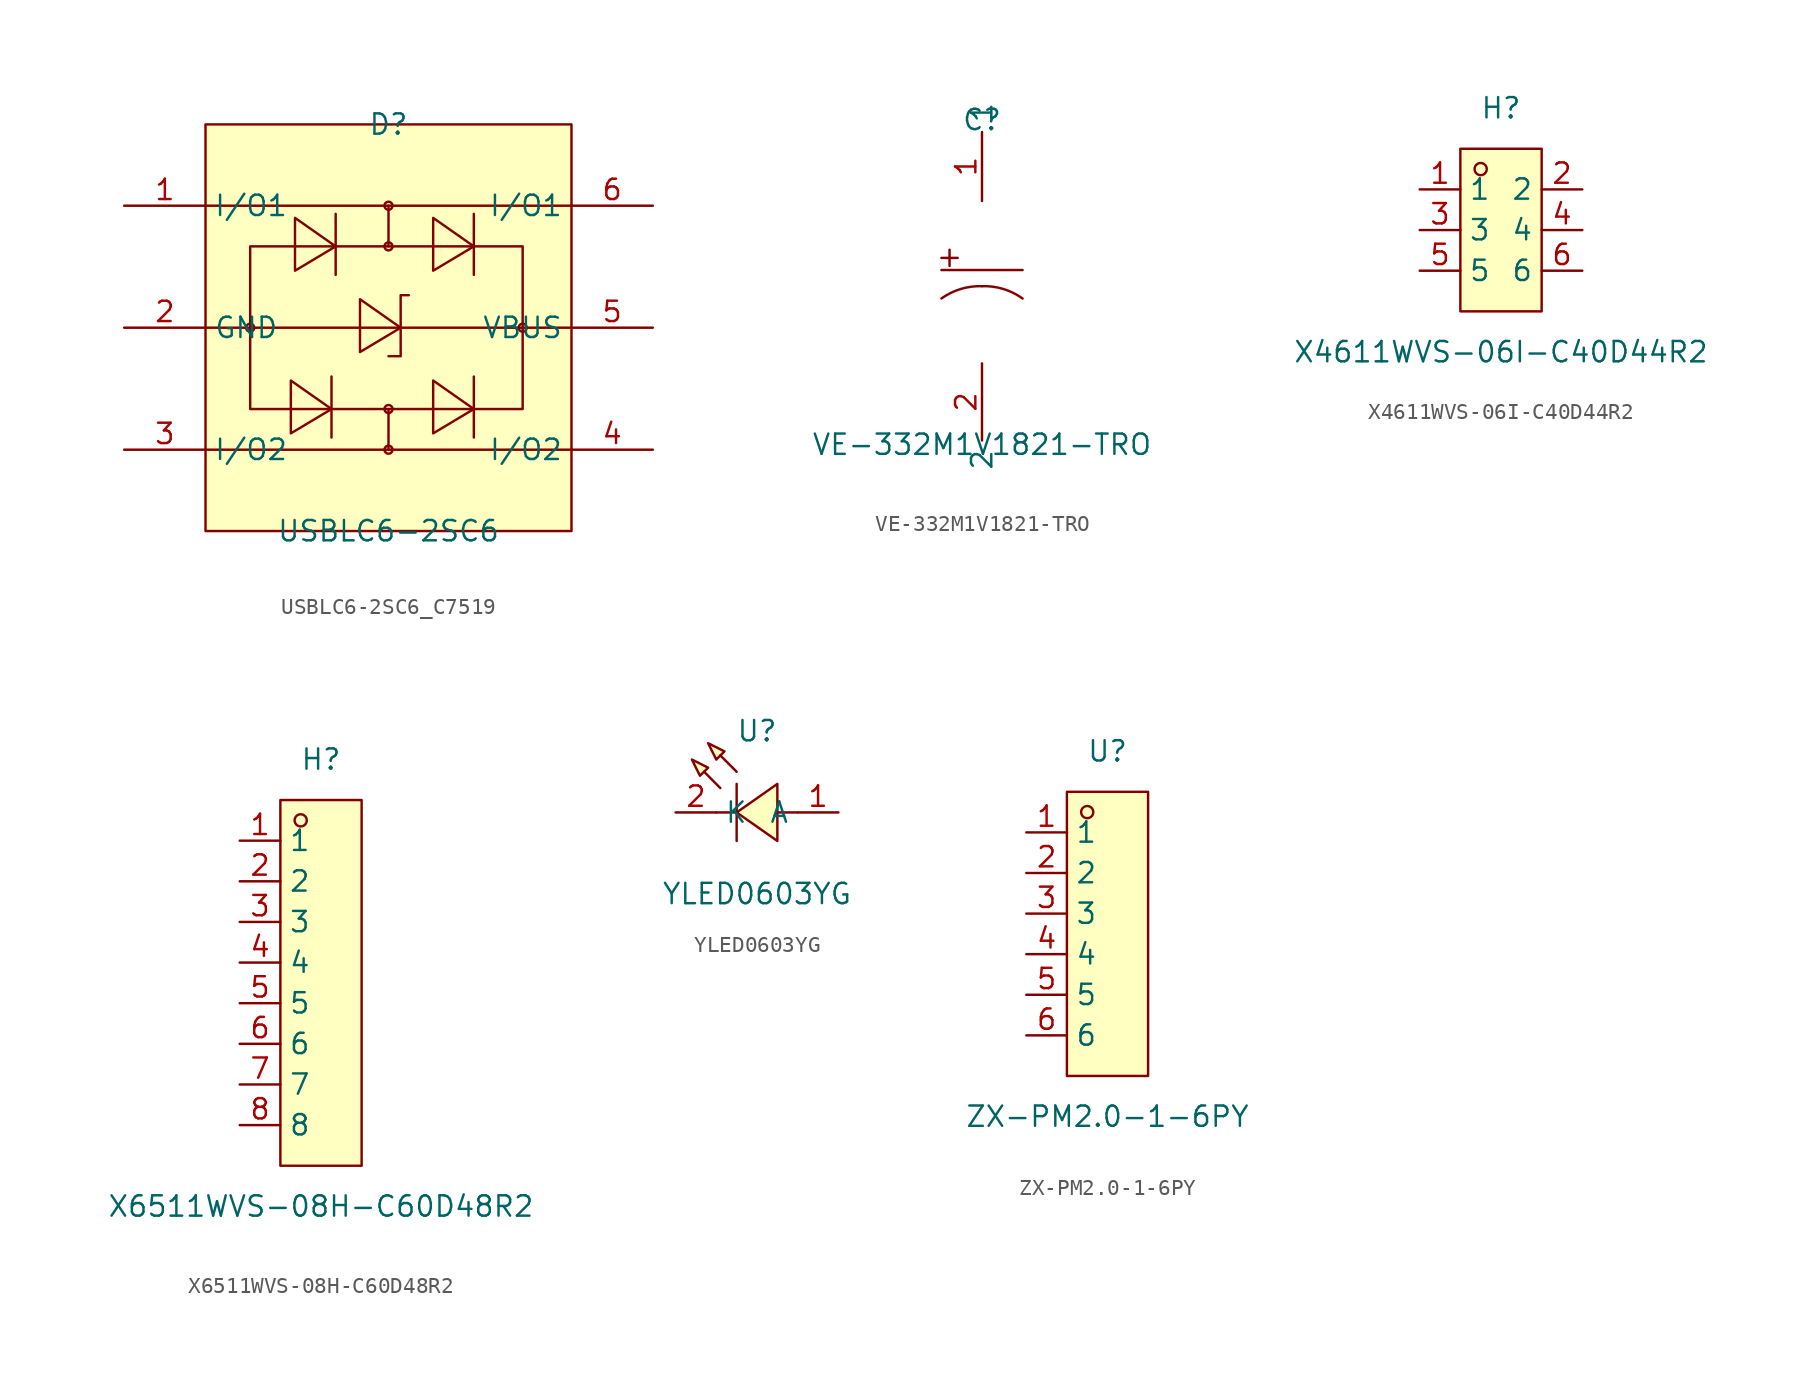
<source format=kicad_sym>
(kicad_symbol_lib
  (version 20231120)
  (generator "kicad_symbol_editor")
  (generator_version "8.0")
  (symbol "USBLC6-2SC6_C7519"
    (property "Reference" "D"
      (at 0 12.70 0)
      (effects (font (size 1.27 1.27))))
    (property "Value" "USBLC6-2SC6"
      (at 0 -12.70 0)
      (effects (font (size 1.27 1.27))))
    (symbol "USBLC6-2SC6_C7519_0_1"
      (rectangle (start -11.43 12.70) (end 11.43 -12.70) (stroke (width 0) (type default) (color 0 0 0 0)) (fill (type background)))
      (circle (center 0.00 7.62) (radius 0.25) (stroke (width 0) (type default) (color 0 0 0 0)) (fill (type none)))
      (circle (center 0.00 5.08) (radius 0.25) (stroke (width 0) (type default) (color 0 0 0 0)) (fill (type none)))
      (circle (center -8.64 -0.00) (radius 0.25) (stroke (width 0) (type default) (color 0 0 0 0)) (fill (type none)))
      (circle (center 8.38 -0.00) (radius 0.25) (stroke (width 0) (type default) (color 0 0 0 0)) (fill (type none)))
      (circle (center 0.00 -5.08) (radius 0.25) (stroke (width 0) (type default) (color 0 0 0 0)) (fill (type none)))
      (circle (center 0.00 -7.62) (radius 0.25) (stroke (width 0) (type default) (color 0 0 0 0)) (fill (type none)))
      (polyline (pts (xy -1.78 -1.52) (xy 0.76 -0.00) (xy -1.78 1.78) (xy -1.78 -1.52)) (stroke (width 0) (type default) (color 0 0 0 0)) (fill (type background)))
      (polyline (pts (xy -5.84 3.56) (xy -3.30 5.08) (xy -5.84 6.86) (xy -5.84 3.56)) (stroke (width 0) (type default) (color 0 0 0 0)) (fill (type background)))
      (polyline (pts (xy 2.79 3.56) (xy 5.33 5.08) (xy 2.79 6.86) (xy 2.79 3.56)) (stroke (width 0) (type default) (color 0 0 0 0)) (fill (type background)))
      (polyline (pts (xy -6.10 -6.60) (xy -3.56 -5.08) (xy -6.10 -3.30) (xy -6.10 -6.60)) (stroke (width 0) (type default) (color 0 0 0 0)) (fill (type background)))
      (polyline (pts (xy 2.79 -6.60) (xy 5.33 -5.08) (xy 2.79 -3.30) (xy 2.79 -6.60)) (stroke (width 0) (type default) (color 0 0 0 0)) (fill (type background)))
      (polyline (pts (xy -11.43 7.62) (xy 11.43 7.62)) (stroke (width 0) (type default) (color 0 0 0 0)) (fill (type none)))
      (polyline (pts (xy -11.43 -7.62) (xy 11.43 -7.62)) (stroke (width 0) (type default) (color 0 0 0 0)) (fill (type none)))
      (polyline (pts (xy -11.43 -0.00) (xy 11.43 -0.00)) (stroke (width 0) (type default) (color 0 0 0 0)) (fill (type none)))
      (polyline (pts (xy 1.27 2.03) (xy 0.76 2.03) (xy 0.76 -1.78) (xy 0.00 -1.78)) (stroke (width 0) (type default) (color 0 0 0 0)) (fill (type none)))
      (polyline (pts (xy -8.64 -0.00) (xy -8.64 5.08) (xy 8.38 5.08) (xy 8.38 -5.08) (xy -8.64 -5.08) (xy -8.64 -0.00)) (stroke (width 0) (type default) (color 0 0 0 0)) (fill (type background)))
      (polyline (pts (xy 0.00 7.62) (xy 0.00 5.08)) (stroke (width 0) (type default) (color 0 0 0 0)) (fill (type none)))
      (polyline (pts (xy 0.00 -7.62) (xy 0.00 -5.08)) (stroke (width 0) (type default) (color 0 0 0 0)) (fill (type none)))
      (polyline (pts (xy -3.30 7.11) (xy -3.30 7.11) (xy -3.30 3.30) (xy -3.30 3.30)) (stroke (width 0) (type default) (color 0 0 0 0)) (fill (type none)))
      (polyline (pts (xy 5.33 7.11) (xy 5.33 7.11) (xy 5.33 3.30) (xy 5.33 3.30)) (stroke (width 0) (type default) (color 0 0 0 0)) (fill (type none)))
      (polyline (pts (xy -3.56 -3.05) (xy -3.56 -3.05) (xy -3.56 -6.86) (xy -3.56 -6.86)) (stroke (width 0) (type default) (color 0 0 0 0)) (fill (type none)))
      (polyline (pts (xy 5.33 -3.05) (xy 5.33 -3.05) (xy 5.33 -6.86) (xy 5.33 -6.86)) (stroke (width 0) (type default) (color 0 0 0 0)) (fill (type none)))
      (pin passive line (at -16.51 7.62 0) (length 5.08) (name "I/O1" (effects (font (size 1.27 1.27)))) (number "1" (effects (font (size 1.27 1.27)))))
      (pin passive line (at -16.51 -0.00 0) (length 5.08) (name "GND" (effects (font (size 1.27 1.27)))) (number "2" (effects (font (size 1.27 1.27)))))
      (pin passive line (at -16.51 -7.62 0) (length 5.08) (name "I/O2" (effects (font (size 1.27 1.27)))) (number "3" (effects (font (size 1.27 1.27)))))
      (pin passive line (at 16.51 -7.62 180) (length 5.08) (name "I/O2" (effects (font (size 1.27 1.27)))) (number "4" (effects (font (size 1.27 1.27)))))
      (pin passive line (at 16.51 -0.00 180) (length 5.08) (name "VBUS" (effects (font (size 1.27 1.27)))) (number "5" (effects (font (size 1.27 1.27)))))
      (pin passive line (at 16.51 7.62 180) (length 5.08) (name "I/O1" (effects (font (size 1.27 1.27)))) (number "6" (effects (font (size 1.27 1.27)))))))
  (symbol "VE-332M1V1821-TRO"
    (property "Reference" "C"
      (at 0 10.16 0)
      (effects (font (size 1.27 1.27))))
    (property "Value" "VE-332M1V1821-TRO"
      (at 0 -10.16 0)
      (effects (font (size 1.27 1.27))))
    (symbol "VE-332M1V1821-TRO_0_1"
      (rectangle (start -2.54 1.52) (end -1.52 1.52) (stroke (width 0) (type default)) (fill (type background)))
      (rectangle (start -2.03 2.03) (end -2.03 1.02) (stroke (width 0) (type default)) (fill (type background)))
      (arc (start 0 -0.25) (mid -1.3336 -0.4253) (end -2.54 -1.02) (stroke (width 0) (type default)) (fill (type none)))
      (polyline (pts (xy -2.54 0.76) (xy 2.54 0.76)) (stroke (width 0) (type default)) (fill (type none)))
      (arc (start 2.54 -1.02) (mid 1.334 -0.4238) (end 0 -0.25) (stroke (width 0) (type default)) (fill (type none)))
      (pin unspecified line (at 0 5.08 90) (length 4.318) (name "1" (effects (font (size 1.27 1.27)))) (number "1" (effects (font (size 1.27 1.27)))))
      (pin unspecified line (at 0 -5.08 270) (length 4.826) (name "2" (effects (font (size 1.27 1.27)))) (number "2" (effects (font (size 1.27 1.27)))))))
  (symbol "X4611WVS-06I-C40D44R2"
    (property "Reference" "H"
      (at 0 7.62 0)
      (effects (font (size 1.27 1.27))))
    (property "Value" "X4611WVS-06I-C40D44R2"
      (at 0 -7.62 0)
      (effects (font (size 1.27 1.27))))
    (symbol "X4611WVS-06I-C40D44R2_0_1"
      (rectangle (start -2.54 5.08) (end 2.54 -5.08) (stroke (width 0) (type default)) (fill (type background)))
      (circle (center -1.27 3.81) (radius 0.38) (stroke (width 0) (type default)) (fill (type none)))
      (pin unspecified line (at -5.08 2.54 0) (length 2.54) (name "1" (effects (font (size 1.27 1.27)))) (number "1" (effects (font (size 1.27 1.27)))))
      (pin unspecified line (at 5.08 2.54 180) (length 2.54) (name "2" (effects (font (size 1.27 1.27)))) (number "2" (effects (font (size 1.27 1.27)))))
      (pin unspecified line (at -5.08 0 0) (length 2.54) (name "3" (effects (font (size 1.27 1.27)))) (number "3" (effects (font (size 1.27 1.27)))))
      (pin unspecified line (at 5.08 0 180) (length 2.54) (name "4" (effects (font (size 1.27 1.27)))) (number "4" (effects (font (size 1.27 1.27)))))
      (pin unspecified line (at -5.08 -2.54 0) (length 2.54) (name "5" (effects (font (size 1.27 1.27)))) (number "5" (effects (font (size 1.27 1.27)))))
      (pin unspecified line (at 5.08 -2.54 180) (length 2.54) (name "6" (effects (font (size 1.27 1.27)))) (number "6" (effects (font (size 1.27 1.27)))))))
  (symbol "X6511WVS-08H-C60D48R2"
    (property "Reference" "H"
      (at 0 13.97 0)
      (effects (font (size 1.27 1.27))))
    (property "Value" "X6511WVS-08H-C60D48R2"
      (at 0 -13.97 0)
      (effects (font (size 1.27 1.27))))
    (symbol "X6511WVS-08H-C60D48R2_0_1"
      (rectangle (start -2.54 11.43) (end 2.54 -11.43) (stroke (width 0) (type default)) (fill (type background)))
      (circle (center -1.27 10.16) (radius 0.38) (stroke (width 0) (type default)) (fill (type none)))
      (pin unspecified line (at -5.08 8.89 0) (length 2.54) (name "1" (effects (font (size 1.27 1.27)))) (number "1" (effects (font (size 1.27 1.27)))))
      (pin unspecified line (at -5.08 6.35 0) (length 2.54) (name "2" (effects (font (size 1.27 1.27)))) (number "2" (effects (font (size 1.27 1.27)))))
      (pin unspecified line (at -5.08 3.81 0) (length 2.54) (name "3" (effects (font (size 1.27 1.27)))) (number "3" (effects (font (size 1.27 1.27)))))
      (pin unspecified line (at -5.08 1.27 0) (length 2.54) (name "4" (effects (font (size 1.27 1.27)))) (number "4" (effects (font (size 1.27 1.27)))))
      (pin unspecified line (at -5.08 -1.27 0) (length 2.54) (name "5" (effects (font (size 1.27 1.27)))) (number "5" (effects (font (size 1.27 1.27)))))
      (pin unspecified line (at -5.08 -3.81 0) (length 2.54) (name "6" (effects (font (size 1.27 1.27)))) (number "6" (effects (font (size 1.27 1.27)))))
      (pin unspecified line (at -5.08 -6.35 0) (length 2.54) (name "7" (effects (font (size 1.27 1.27)))) (number "7" (effects (font (size 1.27 1.27)))))
      (pin unspecified line (at -5.08 -8.89 0) (length 2.54) (name "8" (effects (font (size 1.27 1.27)))) (number "8" (effects (font (size 1.27 1.27)))))))
  (symbol "YLED0603YG"
    (property "Reference" "U"
      (at 0 5.08 0)
      (effects (font (size 1.27 1.27))))
    (property "Value" "YLED0603YG"
      (at 0 -5.08 0)
      (effects (font (size 1.27 1.27))))
    (symbol "YLED0603YG_0_1"
      (polyline (pts (xy 1.27 1.78) (xy -1.27 -0.00) (xy 1.27 -1.78) (xy 1.27 1.78)) (stroke (width 0) (type default) (color 0 0 0 0)) (fill (type background)))
      (polyline (pts (xy -3.05 4.32) (xy -2.03 3.81) (xy -2.54 3.30) (xy -3.05 4.32)) (stroke (width 0) (type default) (color 0 0 0 0)) (fill (type background)))
      (polyline (pts (xy -4.06 3.30) (xy -3.05 2.79) (xy -3.56 2.29) (xy -4.06 3.30)) (stroke (width 0) (type default) (color 0 0 0 0)) (fill (type background)))
      (polyline (pts (xy -1.27 1.78) (xy -1.27 -1.78)) (stroke (width 0) (type default) (color 0 0 0 0)) (fill (type none)))
      (polyline (pts (xy 2.54 -0.00) (xy 2.54 -0.00) (xy 1.27 -0.00)) (stroke (width 0) (type default) (color 0 0 0 0)) (fill (type none)))
      (polyline (pts (xy -1.27 -0.00) (xy -2.54 -0.00)) (stroke (width 0) (type default) (color 0 0 0 0)) (fill (type none)))
      (polyline (pts (xy -1.27 2.54) (xy -2.29 3.56) (xy -1.27 2.54)) (stroke (width 0) (type default) (color 0 0 0 0)) (fill (type background)))
      (polyline (pts (xy -2.29 1.52) (xy -3.30 2.54) (xy -2.29 1.52)) (stroke (width 0) (type default) (color 0 0 0 0)) (fill (type background)))
      (pin unspecified line (at 5.08 -0.00 180) (length 2.54) (name "A" (effects (font (size 1.27 1.27)))) (number "1" (effects (font (size 1.27 1.27)))))
      (pin unspecified line (at -5.08 -0.00 0) (length 2.54) (name "K" (effects (font (size 1.27 1.27)))) (number "2" (effects (font (size 1.27 1.27)))))))
  (symbol "ZX-PM2.0-1-6PY"
    (property "Reference" "U"
      (at 0 11.43 0)
      (effects (font (size 1.27 1.27))))
    (property "Value" "ZX-PM2.0-1-6PY"
      (at 0 -11.43 0)
      (effects (font (size 1.27 1.27))))
    (symbol "ZX-PM2.0-1-6PY_0_1"
      (rectangle (start -2.54 8.89) (end 2.54 -8.89) (stroke (width 0) (type default)) (fill (type background)))
      (circle (center -1.27 7.62) (radius 0.38) (stroke (width 0) (type default)) (fill (type none)))
      (pin unspecified line (at -5.08 6.35 0) (length 2.54) (name "1" (effects (font (size 1.27 1.27)))) (number "1" (effects (font (size 1.27 1.27)))))
      (pin unspecified line (at -5.08 3.81 0) (length 2.54) (name "2" (effects (font (size 1.27 1.27)))) (number "2" (effects (font (size 1.27 1.27)))))
      (pin unspecified line (at -5.08 1.27 0) (length 2.54) (name "3" (effects (font (size 1.27 1.27)))) (number "3" (effects (font (size 1.27 1.27)))))
      (pin unspecified line (at -5.08 -1.27 0) (length 2.54) (name "4" (effects (font (size 1.27 1.27)))) (number "4" (effects (font (size 1.27 1.27)))))
      (pin unspecified line (at -5.08 -3.81 0) (length 2.54) (name "5" (effects (font (size 1.27 1.27)))) (number "5" (effects (font (size 1.27 1.27)))))
      (pin unspecified line (at -5.08 -6.35 0) (length 2.54) (name "6" (effects (font (size 1.27 1.27)))) (number "6" (effects (font (size 1.27 1.27))))))))
</source>
